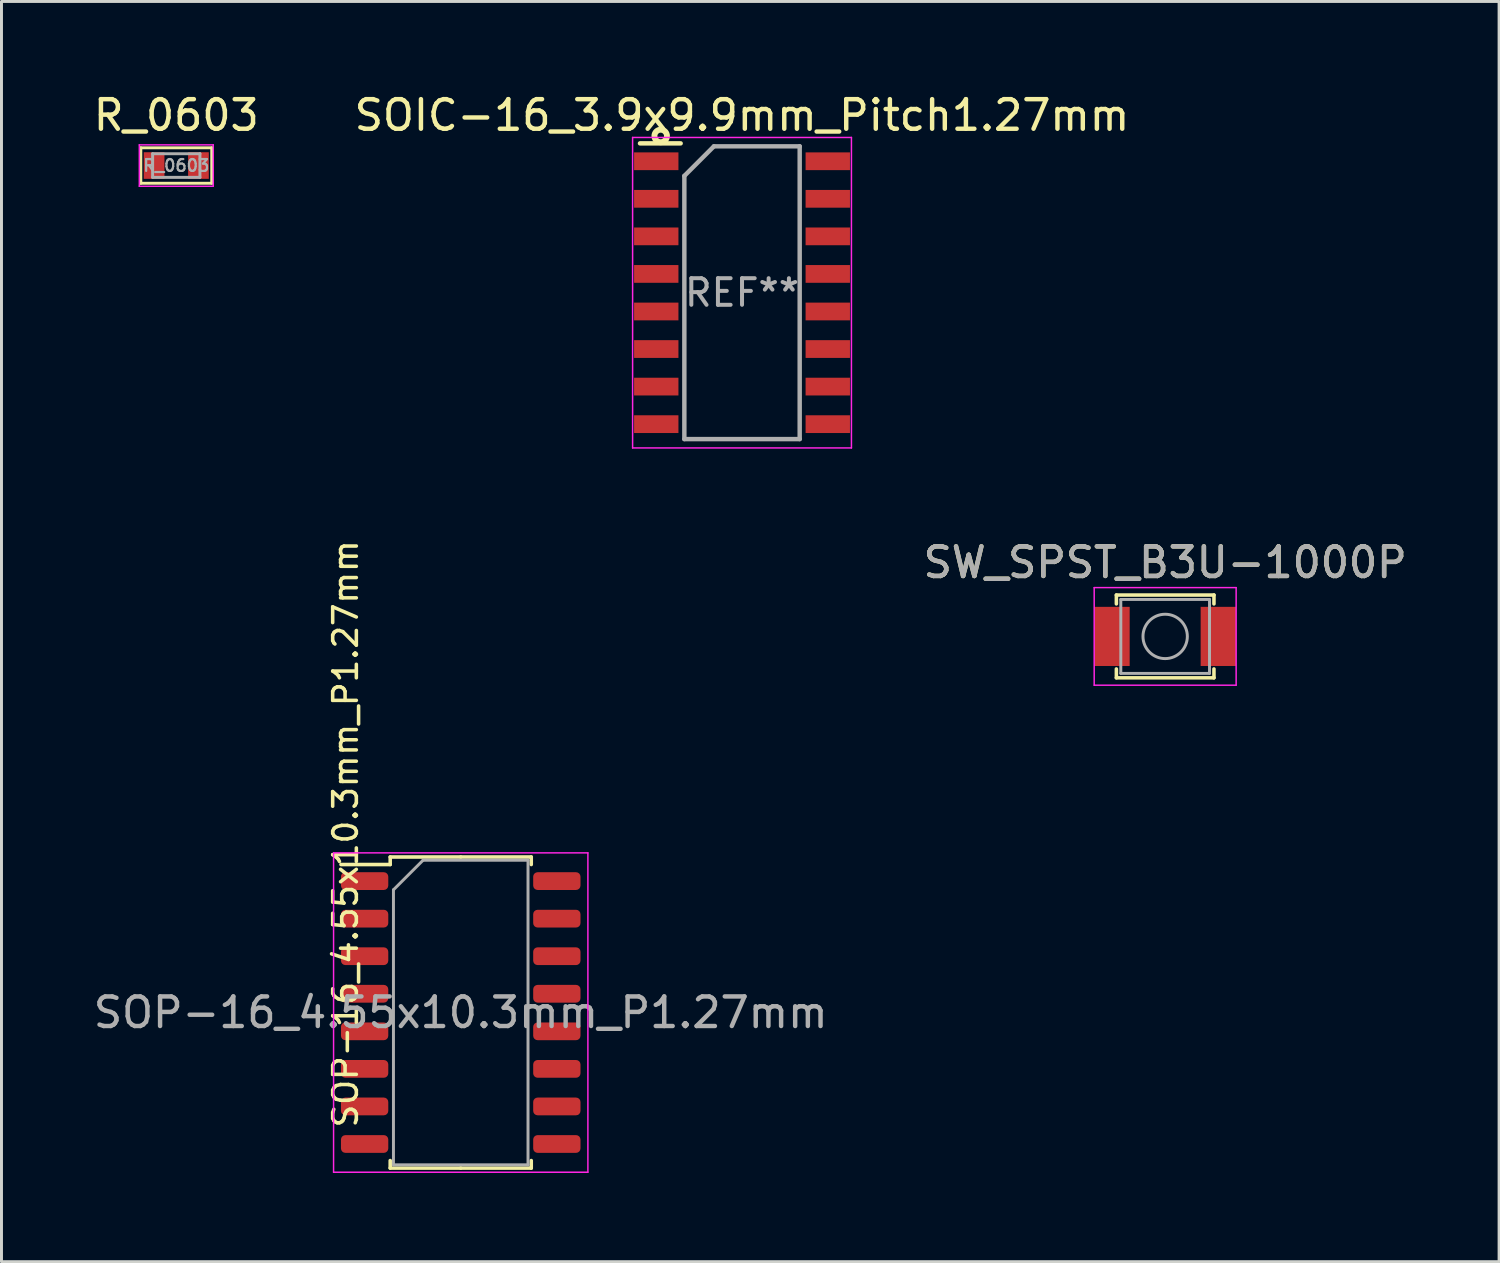
<source format=kicad_pcb>
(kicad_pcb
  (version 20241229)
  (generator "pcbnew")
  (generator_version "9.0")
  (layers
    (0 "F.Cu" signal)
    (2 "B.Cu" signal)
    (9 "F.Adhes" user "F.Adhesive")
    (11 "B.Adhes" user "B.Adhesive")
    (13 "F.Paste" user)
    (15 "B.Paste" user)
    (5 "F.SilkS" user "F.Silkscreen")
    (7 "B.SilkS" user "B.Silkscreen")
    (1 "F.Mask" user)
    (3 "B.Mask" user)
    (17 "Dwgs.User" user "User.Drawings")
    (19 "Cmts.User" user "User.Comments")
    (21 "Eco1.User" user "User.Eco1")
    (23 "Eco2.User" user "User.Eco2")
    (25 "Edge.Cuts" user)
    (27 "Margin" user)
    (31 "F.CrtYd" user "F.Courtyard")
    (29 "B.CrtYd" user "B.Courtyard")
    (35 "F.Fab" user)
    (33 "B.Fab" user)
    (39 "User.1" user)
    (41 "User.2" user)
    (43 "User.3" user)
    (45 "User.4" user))
  (footprint "SOIC-16_3.9x9.9mm_Pitch1.27mm"
    (layer "F.Cu")
    (at 22.042 6.848)
    (property "Reference" "SOIC-16_3.9x9.9mm_Pitch1.27mm" (at 0 -6 180) (layer "F.SilkS") (effects (font (size 1 1) (thickness 0.15))))
    (attr smd)
    (fp_line (start -2.075 -5.05) (end -3.45 -5.05) (stroke (width 0.15) (type solid)) (layer "F.SilkS"))
    (fp_circle (center -2.75 -5.3) (end -2.538 -5.3) (stroke (width 0.2) (type solid)) (fill no) (layer "F.SilkS"))
    (fp_line (start -3.7 -5.25) (end -3.7 5.25) (stroke (width 0.05) (type solid)) (layer "F.CrtYd"))
    (fp_line (start -3.7 -5.25) (end 3.7 -5.25) (stroke (width 0.05) (type solid)) (layer "F.CrtYd"))
    (fp_line (start -3.7 5.25) (end 3.7 5.25) (stroke (width 0.05) (type solid)) (layer "F.CrtYd"))
    (fp_line (start 3.7 -5.25) (end 3.7 5.25) (stroke (width 0.05) (type solid)) (layer "F.CrtYd"))
    (fp_line (start -1.95 -3.95) (end -0.95 -4.95) (stroke (width 0.15) (type solid)) (layer "F.Fab"))
    (fp_line (start -1.95 4.95) (end -1.95 -3.95) (stroke (width 0.15) (type solid)) (layer "F.Fab"))
    (fp_line (start -0.95 -4.95) (end 1.95 -4.95) (stroke (width 0.15) (type solid)) (layer "F.Fab"))
    (fp_line (start 1.95 -4.95) (end 1.95 4.95) (stroke (width 0.15) (type solid)) (layer "F.Fab"))
    (fp_line (start 1.95 4.95) (end -1.95 4.95) (stroke (width 0.15) (type solid)) (layer "F.Fab"))
    (fp_text user "REF**" (at 0 0 180) (layer "F.Fab") (effects (font (size 0.9 0.9) (thickness 0.135))))
    (pad "1" smd rect (at -2.9 -4.445) (size 1.5 0.6) (layers "F.Cu" "F.Mask" "F.Paste"))
    (pad "2" smd rect (at -2.9 -3.175) (size 1.5 0.6) (layers "F.Cu" "F.Mask" "F.Paste"))
    (pad "3" smd rect (at -2.9 -1.905) (size 1.5 0.6) (layers "F.Cu" "F.Mask" "F.Paste"))
    (pad "4" smd rect (at -2.9 -0.635) (size 1.5 0.6) (layers "F.Cu" "F.Mask" "F.Paste"))
    (pad "5" smd rect (at -2.9 0.635) (size 1.5 0.6) (layers "F.Cu" "F.Mask" "F.Paste"))
    (pad "6" smd rect (at -2.9 1.905) (size 1.5 0.6) (layers "F.Cu" "F.Mask" "F.Paste"))
    (pad "7" smd rect (at -2.9 3.175) (size 1.5 0.6) (layers "F.Cu" "F.Mask" "F.Paste"))
    (pad "8" smd rect (at -2.9 4.445) (size 1.5 0.6) (layers "F.Cu" "F.Mask" "F.Paste"))
    (pad "9" smd rect (at 2.9 4.445) (size 1.5 0.6) (layers "F.Cu" "F.Mask" "F.Paste"))
    (pad "10" smd rect (at 2.9 3.175) (size 1.5 0.6) (layers "F.Cu" "F.Mask" "F.Paste"))
    (pad "11" smd rect (at 2.9 1.905) (size 1.5 0.6) (layers "F.Cu" "F.Mask" "F.Paste"))
    (pad "12" smd rect (at 2.9 0.635) (size 1.5 0.6) (layers "F.Cu" "F.Mask" "F.Paste"))
    (pad "13" smd rect (at 2.9 -0.635) (size 1.5 0.6) (layers "F.Cu" "F.Mask" "F.Paste"))
    (pad "14" smd rect (at 2.9 -1.905) (size 1.5 0.6) (layers "F.Cu" "F.Mask" "F.Paste"))
    (pad "15" smd rect (at 2.9 -3.175) (size 1.5 0.6) (layers "F.Cu" "F.Mask" "F.Paste"))
    (pad "16" smd rect (at 2.9 -4.445) (size 1.5 0.6) (layers "F.Cu" "F.Mask" "F.Paste")))
  (footprint "R_0603"
    (layer "F.Cu")
    (at 2.911 2.548)
    (property "Reference" "R_0603" (at 0 -1.7 0) (layer "F.SilkS") (effects (font (size 1 1) (thickness 0.15))))
    (attr smd)
    (fp_line (start -1.2 -0.6) (end -1.2 0.6) (stroke (width 0.1) (type solid)) (layer "F.SilkS"))
    (fp_line (start -1.2 -0.6) (end 1.2 -0.6) (stroke (width 0.1) (type solid)) (layer "F.SilkS"))
    (fp_line (start 1.2 -0.6) (end 1.2 0.6) (stroke (width 0.1) (type solid)) (layer "F.SilkS"))
    (fp_line (start 1.2 0.6) (end -1.2 0.6) (stroke (width 0.1) (type solid)) (layer "F.SilkS"))
    (fp_line (start -1.25 -0.7) (end -1.25 0.7) (stroke (width 0.05) (type solid)) (layer "F.CrtYd"))
    (fp_line (start -1.25 -0.7) (end 1.25 -0.7) (stroke (width 0.05) (type solid)) (layer "F.CrtYd"))
    (fp_line (start 1.25 0.7) (end -1.25 0.7) (stroke (width 0.05) (type solid)) (layer "F.CrtYd"))
    (fp_line (start 1.25 0.7) (end 1.25 -0.7) (stroke (width 0.05) (type solid)) (layer "F.CrtYd"))
    (fp_line (start -0.8 -0.4) (end 0.8 -0.4) (stroke (width 0.1) (type solid)) (layer "F.Fab"))
    (fp_line (start -0.8 0.4) (end -0.8 -0.4) (stroke (width 0.1) (type solid)) (layer "F.Fab"))
    (fp_line (start 0.8 -0.4) (end 0.8 0.4) (stroke (width 0.1) (type solid)) (layer "F.Fab"))
    (fp_line (start 0.8 0.4) (end -0.8 0.4) (stroke (width 0.1) (type solid)) (layer "F.Fab"))
    (fp_text user "${REFERENCE}" (at 0 0 0) (layer "F.Fab") (effects (font (size 0.4 0.4) (thickness 0.075))))
    (pad "1" smd rect (at -0.75 0) (size 0.7 0.9) (layers "F.Cu" "F.Mask" "F.Paste"))
    (pad "2" smd rect (at 0.75 0) (size 0.7 0.9) (layers "F.Cu" "F.Mask" "F.Paste")))
  (footprint "SW_SPST_B3U-1000P"
    (layer "F.Cu")
    (at 36.351 18.471)
    (property "Reference" "SW_SPST_B3U-1000P" (at 0 -2.5 0) (layer "F.SilkS") (effects (font (size 1 1) (thickness 0.15))))
    (attr smd)
    (fp_line (start -1.65 -1.4) (end 1.65 -1.4) (stroke (width 0.12) (type solid)) (layer "F.SilkS"))
    (fp_line (start -1.65 -1.1) (end -1.65 -1.4) (stroke (width 0.12) (type solid)) (layer "F.SilkS"))
    (fp_line (start -1.65 1.1) (end -1.65 1.4) (stroke (width 0.12) (type solid)) (layer "F.SilkS"))
    (fp_line (start -1.65 1.4) (end 1.65 1.4) (stroke (width 0.12) (type solid)) (layer "F.SilkS"))
    (fp_line (start 1.65 -1.4) (end 1.65 -1.1) (stroke (width 0.12) (type solid)) (layer "F.SilkS"))
    (fp_line (start 1.65 1.4) (end 1.65 1.1) (stroke (width 0.12) (type solid)) (layer "F.SilkS"))
    (fp_line (start -2.4 -1.65) (end -2.4 1.65) (stroke (width 0.05) (type solid)) (layer "F.CrtYd"))
    (fp_line (start -2.4 1.65) (end 2.4 1.65) (stroke (width 0.05) (type solid)) (layer "F.CrtYd"))
    (fp_line (start 2.4 -1.65) (end -2.4 -1.65) (stroke (width 0.05) (type solid)) (layer "F.CrtYd"))
    (fp_line (start 2.4 1.65) (end 2.4 -1.65) (stroke (width 0.05) (type solid)) (layer "F.CrtYd"))
    (fp_line (start -1.5 -1.25) (end 1.5 -1.25) (stroke (width 0.1) (type solid)) (layer "F.Fab"))
    (fp_line (start -1.5 1.25) (end -1.5 -1.25) (stroke (width 0.1) (type solid)) (layer "F.Fab"))
    (fp_line (start 1.5 -1.25) (end 1.5 1.25) (stroke (width 0.1) (type solid)) (layer "F.Fab"))
    (fp_line (start 1.5 1.25) (end -1.5 1.25) (stroke (width 0.1) (type solid)) (layer "F.Fab"))
    (fp_circle (center 0 0) (end 0.75 0) (stroke (width 0.1) (type solid)) (fill no) (layer "F.Fab"))
    (fp_text user "${REFERENCE}" (at 0 -2.5 0) (layer "F.Fab") (effects (font (size 1 1) (thickness 0.15))))
    (pad "1" smd rect (at -1.8 0) (size 1.2 2) (layers "F.Cu" "F.Mask" "F.Paste"))
    (pad "2" smd rect (at 1.8 0) (size 1.2 2) (layers "F.Cu" "F.Mask" "F.Paste")))
  (footprint "SOP-16_4.55x10.3mm_P1.27mm"
    (layer "F.Cu")
    (at 12.53 31.19)
    (property "Reference" "SOP-16_4.55x10.3mm_P1.27mm" (at -3.894 -6.043 270) (layer "F.SilkS") (effects (font (size 0.8 0.8) (thickness 0.12))))
    (attr smd)
    (fp_line (start -2.385 -5.26) (end -2.385 -5.005) (stroke (width 0.12) (type solid)) (layer "F.SilkS"))
    (fp_line (start -2.385 -5.005) (end -4.05 -5.005) (stroke (width 0.12) (type solid)) (layer "F.SilkS"))
    (fp_line (start -2.385 5.26) (end -2.385 5.005) (stroke (width 0.12) (type solid)) (layer "F.SilkS"))
    (fp_line (start 0 -5.26) (end -2.385 -5.26) (stroke (width 0.12) (type solid)) (layer "F.SilkS"))
    (fp_line (start 0 -5.26) (end 2.385 -5.26) (stroke (width 0.12) (type solid)) (layer "F.SilkS"))
    (fp_line (start 0 5.26) (end -2.385 5.26) (stroke (width 0.12) (type solid)) (layer "F.SilkS"))
    (fp_line (start 0 5.26) (end 2.385 5.26) (stroke (width 0.12) (type solid)) (layer "F.SilkS"))
    (fp_line (start 2.385 -5.26) (end 2.385 -5.005) (stroke (width 0.12) (type solid)) (layer "F.SilkS"))
    (fp_line (start 2.385 5.26) (end 2.385 5.005) (stroke (width 0.12) (type solid)) (layer "F.SilkS"))
    (fp_line (start -4.3 -5.4) (end -4.3 5.4) (stroke (width 0.05) (type solid)) (layer "F.CrtYd"))
    (fp_line (start -4.3 5.4) (end 4.3 5.4) (stroke (width 0.05) (type solid)) (layer "F.CrtYd"))
    (fp_line (start 4.3 -5.4) (end -4.3 -5.4) (stroke (width 0.05) (type solid)) (layer "F.CrtYd"))
    (fp_line (start 4.3 5.4) (end 4.3 -5.4) (stroke (width 0.05) (type solid)) (layer "F.CrtYd"))
    (fp_line (start -2.275 -4.15) (end -1.275 -5.15) (stroke (width 0.1) (type solid)) (layer "F.Fab"))
    (fp_line (start -2.275 5.15) (end -2.275 -4.15) (stroke (width 0.1) (type solid)) (layer "F.Fab"))
    (fp_line (start -1.275 -5.15) (end 2.275 -5.15) (stroke (width 0.1) (type solid)) (layer "F.Fab"))
    (fp_line (start 2.275 -5.15) (end 2.275 5.15) (stroke (width 0.1) (type solid)) (layer "F.Fab"))
    (fp_line (start 2.275 5.15) (end -2.275 5.15) (stroke (width 0.1) (type solid)) (layer "F.Fab"))
    (fp_text user "${REFERENCE}" (at 0 0 0) (layer "F.Fab") (effects (font (size 1 1) (thickness 0.15))))
    (pad "1" smd roundrect (at -3.25 -4.445) (size 1.6 0.6) (layers "F.Cu" "F.Mask" "F.Paste") (roundrect_rratio 0.25))
    (pad "2" smd roundrect (at -3.25 -3.175) (size 1.6 0.6) (layers "F.Cu" "F.Mask" "F.Paste") (roundrect_rratio 0.25))
    (pad "3" smd roundrect (at -3.25 -1.905) (size 1.6 0.6) (layers "F.Cu" "F.Mask" "F.Paste") (roundrect_rratio 0.25))
    (pad "4" smd roundrect (at -3.25 -0.635) (size 1.6 0.6) (layers "F.Cu" "F.Mask" "F.Paste") (roundrect_rratio 0.25))
    (pad "5" smd roundrect (at -3.25 0.635) (size 1.6 0.6) (layers "F.Cu" "F.Mask" "F.Paste") (roundrect_rratio 0.25))
    (pad "6" smd roundrect (at -3.25 1.905) (size 1.6 0.6) (layers "F.Cu" "F.Mask" "F.Paste") (roundrect_rratio 0.25))
    (pad "7" smd roundrect (at -3.25 3.175) (size 1.6 0.6) (layers "F.Cu" "F.Mask" "F.Paste") (roundrect_rratio 0.25))
    (pad "8" smd roundrect (at -3.25 4.445) (size 1.6 0.6) (layers "F.Cu" "F.Mask" "F.Paste") (roundrect_rratio 0.25))
    (pad "9" smd roundrect (at 3.25 4.445) (size 1.6 0.6) (layers "F.Cu" "F.Mask" "F.Paste") (roundrect_rratio 0.25))
    (pad "10" smd roundrect (at 3.25 3.175) (size 1.6 0.6) (layers "F.Cu" "F.Mask" "F.Paste") (roundrect_rratio 0.25))
    (pad "11" smd roundrect (at 3.25 1.905) (size 1.6 0.6) (layers "F.Cu" "F.Mask" "F.Paste") (roundrect_rratio 0.25))
    (pad "12" smd roundrect (at 3.25 0.635) (size 1.6 0.6) (layers "F.Cu" "F.Mask" "F.Paste") (roundrect_rratio 0.25))
    (pad "13" smd roundrect (at 3.25 -0.635) (size 1.6 0.6) (layers "F.Cu" "F.Mask" "F.Paste") (roundrect_rratio 0.25))
    (pad "14" smd roundrect (at 3.25 -1.905) (size 1.6 0.6) (layers "F.Cu" "F.Mask" "F.Paste") (roundrect_rratio 0.25))
    (pad "15" smd roundrect (at 3.25 -3.175) (size 1.6 0.6) (layers "F.Cu" "F.Mask" "F.Paste") (roundrect_rratio 0.25))
    (pad "16" smd roundrect (at 3.25 -4.445) (size 1.6 0.6) (layers "F.Cu" "F.Mask" "F.Paste") (roundrect_rratio 0.25)))
  (gr_rect
    (start -3 -3)
    (end 47.643 39.615)
    (stroke (width 0.1) (type default))
    (fill no)
    (layer "Edge.Cuts")))
</source>
